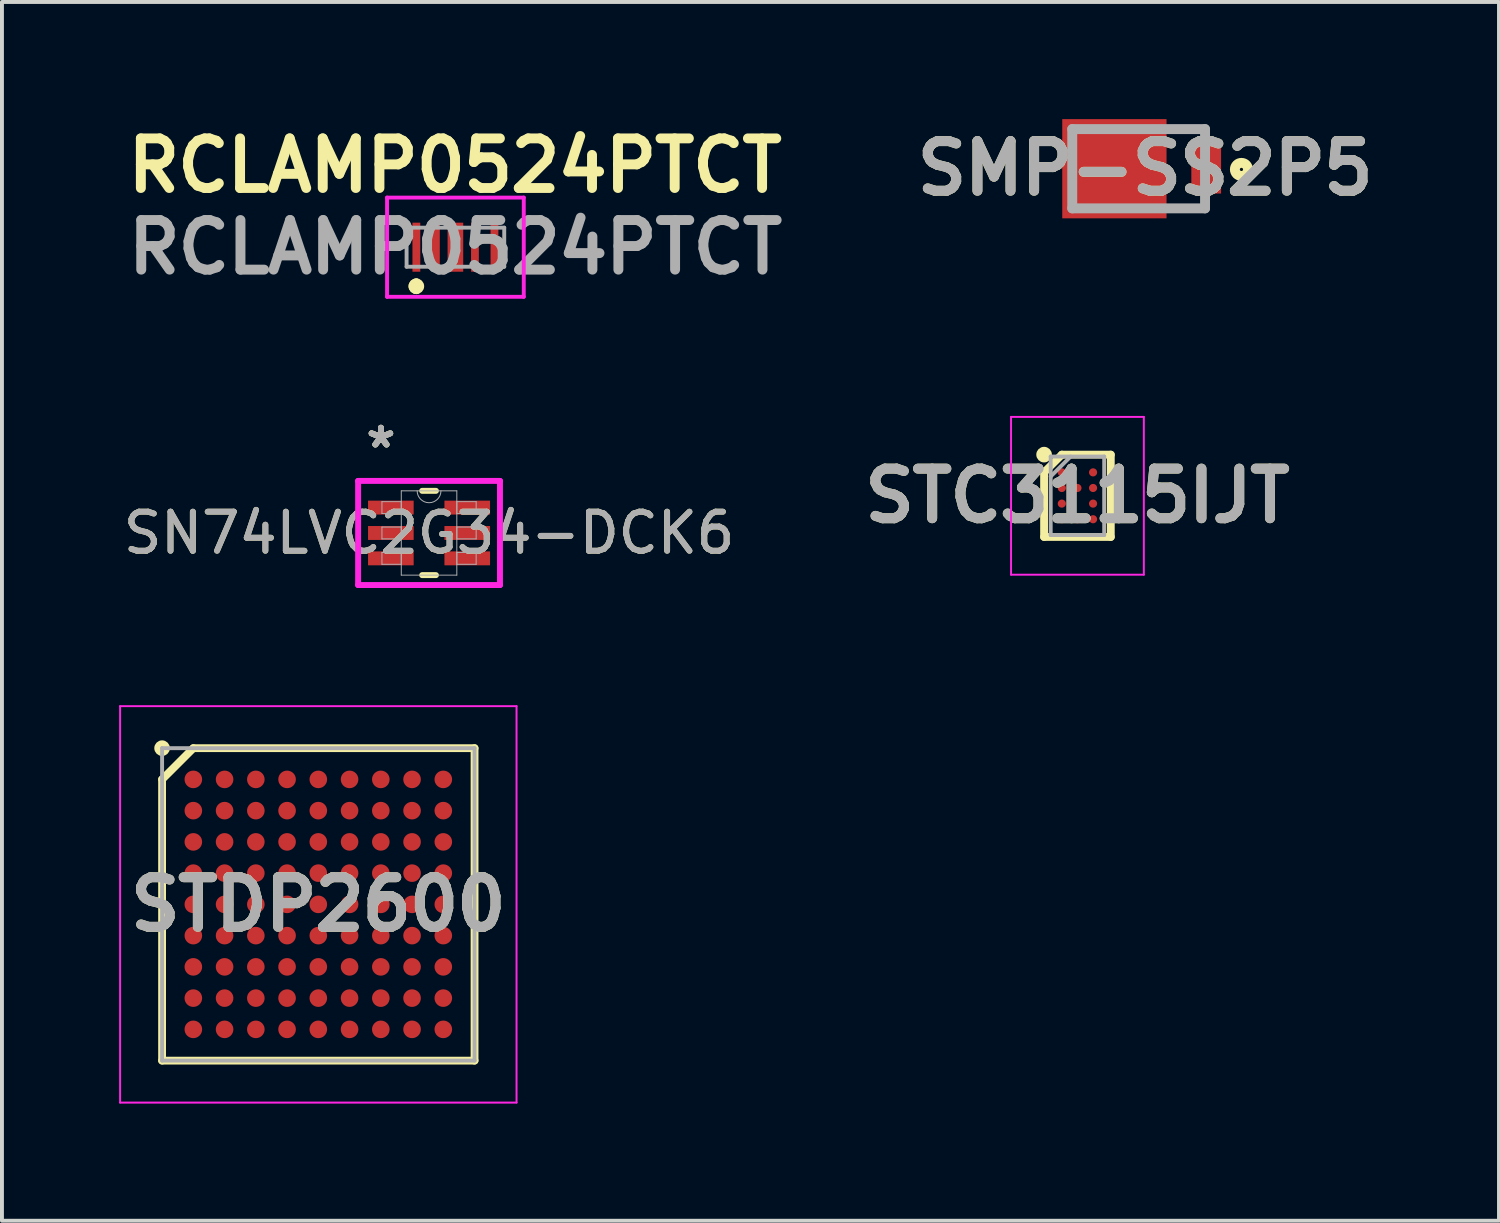
<source format=kicad_pcb>
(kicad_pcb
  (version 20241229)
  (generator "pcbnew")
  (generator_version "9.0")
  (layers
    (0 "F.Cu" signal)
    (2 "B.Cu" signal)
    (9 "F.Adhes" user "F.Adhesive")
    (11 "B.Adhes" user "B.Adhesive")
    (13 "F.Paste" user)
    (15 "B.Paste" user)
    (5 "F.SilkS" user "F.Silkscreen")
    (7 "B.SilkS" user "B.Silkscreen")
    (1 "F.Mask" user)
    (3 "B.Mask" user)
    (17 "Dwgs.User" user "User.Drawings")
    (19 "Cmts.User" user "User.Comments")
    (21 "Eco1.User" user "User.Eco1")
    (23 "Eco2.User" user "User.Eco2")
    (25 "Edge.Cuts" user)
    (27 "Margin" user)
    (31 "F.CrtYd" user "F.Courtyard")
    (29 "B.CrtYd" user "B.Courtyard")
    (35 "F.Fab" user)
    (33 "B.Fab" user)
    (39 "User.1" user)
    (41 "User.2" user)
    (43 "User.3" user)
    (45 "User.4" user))
  (footprint "RCLAMP0524PTCT"
    (layer "F.Cu")
    (at 8.61 3.279)
    (property "Reference" "RCLAMP0524PTCT" (at -0.01 -2.09 0) (layer "F.SilkS") (effects (font (size 1.27 1.27) (thickness 0.254))))
    (attr smd)
    (fp_arc (start -1 0.9) (mid -0.9 1) (end -1 1.1) (stroke (width 0.2) (type solid)) (layer "F.SilkS"))
    (fp_arc (start -1 1.1) (mid -1.1 1) (end -1 0.9) (stroke (width 0.2) (type solid)) (layer "F.SilkS"))
    (fp_arc (start -1 1.1) (mid -1.1 1) (end -1 0.9) (stroke (width 0.2) (type solid)) (layer "F.SilkS"))
    (fp_line (start -1.75 -1.27) (end 1.75 -1.27) (stroke (width 0.1) (type solid)) (layer "F.CrtYd"))
    (fp_line (start -1.75 1.27) (end -1.75 -1.27) (stroke (width 0.1) (type solid)) (layer "F.CrtYd"))
    (fp_line (start 1.75 -1.27) (end 1.75 1.27) (stroke (width 0.1) (type solid)) (layer "F.CrtYd"))
    (fp_line (start 1.75 1.27) (end -1.75 1.27) (stroke (width 0.1) (type solid)) (layer "F.CrtYd"))
    (fp_line (start -1.25 -0.5) (end -1.25 0.5) (stroke (width 0.1) (type solid)) (layer "F.Fab"))
    (fp_line (start -1.25 0.5) (end 1.25 0.5) (stroke (width 0.1) (type solid)) (layer "F.Fab"))
    (fp_line (start 1.25 -0.5) (end -1.25 -0.5) (stroke (width 0.1) (type solid)) (layer "F.Fab"))
    (fp_line (start 1.25 0.5) (end 1.25 -0.5) (stroke (width 0.1) (type solid)) (layer "F.Fab"))
    (fp_text user "${REFERENCE}" (at 0 0 0) (layer "F.Fab") (effects (font (size 1.27 1.27) (thickness 0.254))))
    (pad "1" smd rect (at -1 0) (size 0.2 1.256) (layers "F.Cu" "F.Mask" "F.Paste"))
    (pad "2" smd rect (at -0.5 0) (size 0.2 1.256) (layers "F.Cu" "F.Mask" "F.Paste"))
    (pad "3" smd rect (at 0 0) (size 0.4 1.256) (layers "F.Cu" "F.Mask" "F.Paste"))
    (pad "4" smd rect (at 0.5 0) (size 0.2 1.256) (layers "F.Cu" "F.Mask" "F.Paste"))
    (pad "5" smd rect (at 1 0) (size 0.2 1.256) (layers "F.Cu" "F.Mask" "F.Paste")))
  (footprint "STDP2600"
    (layer "F.Cu")
    (at 5.1 20.105)
    (property "Reference" "STDP2600" (at 0 0 0) (layer "F.SilkS") (effects (font (size 1.27 1.27) (thickness 0.254))))
    (attr smd)
    (fp_line (start -4 -3.2) (end -3.2 -4) (stroke (width 0.2) (type solid)) (layer "F.SilkS"))
    (fp_line (start -4 4) (end -4 -3.2) (stroke (width 0.2) (type solid)) (layer "F.SilkS"))
    (fp_line (start -3.2 -4) (end 4 -4) (stroke (width 0.2) (type solid)) (layer "F.SilkS"))
    (fp_line (start 4 -4) (end 4 4) (stroke (width 0.2) (type solid)) (layer "F.SilkS"))
    (fp_line (start 4 4) (end -4 4) (stroke (width 0.2) (type solid)) (layer "F.SilkS"))
    (fp_circle (center -4 -4) (end -4 -3.9) (stroke (width 0.2) (type solid)) (fill no) (layer "F.SilkS"))
    (fp_line (start -5.075 -5.075) (end 5.075 -5.075) (stroke (width 0.05) (type solid)) (layer "F.CrtYd"))
    (fp_line (start -5.075 5.075) (end -5.075 -5.075) (stroke (width 0.05) (type solid)) (layer "F.CrtYd"))
    (fp_line (start 5.075 -5.075) (end 5.075 5.075) (stroke (width 0.05) (type solid)) (layer "F.CrtYd"))
    (fp_line (start 5.075 5.075) (end -5.075 5.075) (stroke (width 0.05) (type solid)) (layer "F.CrtYd"))
    (fp_line (start -4 -4) (end 4 -4) (stroke (width 0.1) (type solid)) (layer "F.Fab"))
    (fp_line (start -4 4) (end -4 -4) (stroke (width 0.1) (type solid)) (layer "F.Fab"))
    (fp_line (start 4 -4) (end 4 4) (stroke (width 0.1) (type solid)) (layer "F.Fab"))
    (fp_line (start 4 4) (end -4 4) (stroke (width 0.1) (type solid)) (layer "F.Fab"))
    (fp_text user "${REFERENCE}" (at 0 0 0) (layer "F.Fab") (effects (font (size 1.27 1.27) (thickness 0.254))))
    (pad "A1" smd circle (at -3.2 -3.2 90) (size 0.45 0.45) (layers "F.Cu" "F.Mask" "F.Paste"))
    (pad "A2" smd circle (at -2.4 -3.2 90) (size 0.45 0.45) (layers "F.Cu" "F.Mask" "F.Paste"))
    (pad "A3" smd circle (at -1.6 -3.2 90) (size 0.45 0.45) (layers "F.Cu" "F.Mask" "F.Paste"))
    (pad "A4" smd circle (at -0.8 -3.2 90) (size 0.45 0.45) (layers "F.Cu" "F.Mask" "F.Paste"))
    (pad "A5" smd circle (at 0 -3.2 90) (size 0.45 0.45) (layers "F.Cu" "F.Mask" "F.Paste"))
    (pad "A6" smd circle (at 0.8 -3.2 90) (size 0.45 0.45) (layers "F.Cu" "F.Mask" "F.Paste"))
    (pad "A7" smd circle (at 1.6 -3.2 90) (size 0.45 0.45) (layers "F.Cu" "F.Mask" "F.Paste"))
    (pad "A8" smd circle (at 2.4 -3.2 90) (size 0.45 0.45) (layers "F.Cu" "F.Mask" "F.Paste"))
    (pad "A9" smd circle (at 3.2 -3.2 90) (size 0.45 0.45) (layers "F.Cu" "F.Mask" "F.Paste"))
    (pad "B1" smd circle (at -3.2 -2.4 90) (size 0.45 0.45) (layers "F.Cu" "F.Mask" "F.Paste"))
    (pad "B2" smd circle (at -2.4 -2.4 90) (size 0.45 0.45) (layers "F.Cu" "F.Mask" "F.Paste"))
    (pad "B3" smd circle (at -1.6 -2.4 90) (size 0.45 0.45) (layers "F.Cu" "F.Mask" "F.Paste"))
    (pad "B4" smd circle (at -0.8 -2.4 90) (size 0.45 0.45) (layers "F.Cu" "F.Mask" "F.Paste"))
    (pad "B5" smd circle (at 0 -2.4 90) (size 0.45 0.45) (layers "F.Cu" "F.Mask" "F.Paste"))
    (pad "B6" smd circle (at 0.8 -2.4 90) (size 0.45 0.45) (layers "F.Cu" "F.Mask" "F.Paste"))
    (pad "B7" smd circle (at 1.6 -2.4 90) (size 0.45 0.45) (layers "F.Cu" "F.Mask" "F.Paste"))
    (pad "B8" smd circle (at 2.4 -2.4 90) (size 0.45 0.45) (layers "F.Cu" "F.Mask" "F.Paste"))
    (pad "B9" smd circle (at 3.2 -2.4 90) (size 0.45 0.45) (layers "F.Cu" "F.Mask" "F.Paste"))
    (pad "C1" smd circle (at -3.2 -1.6 90) (size 0.45 0.45) (layers "F.Cu" "F.Mask" "F.Paste"))
    (pad "C2" smd circle (at -2.4 -1.6 90) (size 0.45 0.45) (layers "F.Cu" "F.Mask" "F.Paste"))
    (pad "C3" smd circle (at -1.6 -1.6 90) (size 0.45 0.45) (layers "F.Cu" "F.Mask" "F.Paste"))
    (pad "C4" smd circle (at -0.8 -1.6 90) (size 0.45 0.45) (layers "F.Cu" "F.Mask" "F.Paste"))
    (pad "C5" smd circle (at 0 -1.6 90) (size 0.45 0.45) (layers "F.Cu" "F.Mask" "F.Paste"))
    (pad "C6" smd circle (at 0.8 -1.6 90) (size 0.45 0.45) (layers "F.Cu" "F.Mask" "F.Paste"))
    (pad "C7" smd circle (at 1.6 -1.6 90) (size 0.45 0.45) (layers "F.Cu" "F.Mask" "F.Paste"))
    (pad "C8" smd circle (at 2.4 -1.6 90) (size 0.45 0.45) (layers "F.Cu" "F.Mask" "F.Paste"))
    (pad "C9" smd circle (at 3.2 -1.6 90) (size 0.45 0.45) (layers "F.Cu" "F.Mask" "F.Paste"))
    (pad "D1" smd circle (at -3.2 -0.8 90) (size 0.45 0.45) (layers "F.Cu" "F.Mask" "F.Paste"))
    (pad "D2" smd circle (at -2.4 -0.8 90) (size 0.45 0.45) (layers "F.Cu" "F.Mask" "F.Paste"))
    (pad "D3" smd circle (at -1.6 -0.8 90) (size 0.45 0.45) (layers "F.Cu" "F.Mask" "F.Paste"))
    (pad "D4" smd circle (at -0.8 -0.8 90) (size 0.45 0.45) (layers "F.Cu" "F.Mask" "F.Paste"))
    (pad "D5" smd circle (at 0 -0.8 90) (size 0.45 0.45) (layers "F.Cu" "F.Mask" "F.Paste"))
    (pad "D6" smd circle (at 0.8 -0.8 90) (size 0.45 0.45) (layers "F.Cu" "F.Mask" "F.Paste"))
    (pad "D7" smd circle (at 1.6 -0.8 90) (size 0.45 0.45) (layers "F.Cu" "F.Mask" "F.Paste"))
    (pad "D8" smd circle (at 2.4 -0.8 90) (size 0.45 0.45) (layers "F.Cu" "F.Mask" "F.Paste"))
    (pad "D9" smd circle (at 3.2 -0.8 90) (size 0.45 0.45) (layers "F.Cu" "F.Mask" "F.Paste"))
    (pad "E1" smd circle (at -3.2 0 90) (size 0.45 0.45) (layers "F.Cu" "F.Mask" "F.Paste"))
    (pad "E2" smd circle (at -2.4 0 90) (size 0.45 0.45) (layers "F.Cu" "F.Mask" "F.Paste"))
    (pad "E3" smd circle (at -1.6 0 90) (size 0.45 0.45) (layers "F.Cu" "F.Mask" "F.Paste"))
    (pad "E4" smd circle (at -0.8 0 90) (size 0.45 0.45) (layers "F.Cu" "F.Mask" "F.Paste"))
    (pad "E5" smd circle (at 0 0 90) (size 0.45 0.45) (layers "F.Cu" "F.Mask" "F.Paste"))
    (pad "E6" smd circle (at 0.8 0 90) (size 0.45 0.45) (layers "F.Cu" "F.Mask" "F.Paste"))
    (pad "E7" smd circle (at 1.6 0 90) (size 0.45 0.45) (layers "F.Cu" "F.Mask" "F.Paste"))
    (pad "E8" smd circle (at 2.4 0 90) (size 0.45 0.45) (layers "F.Cu" "F.Mask" "F.Paste"))
    (pad "E9" smd circle (at 3.2 0 90) (size 0.45 0.45) (layers "F.Cu" "F.Mask" "F.Paste"))
    (pad "F1" smd circle (at -3.2 0.8 90) (size 0.45 0.45) (layers "F.Cu" "F.Mask" "F.Paste"))
    (pad "F2" smd circle (at -2.4 0.8 90) (size 0.45 0.45) (layers "F.Cu" "F.Mask" "F.Paste"))
    (pad "F3" smd circle (at -1.6 0.8 90) (size 0.45 0.45) (layers "F.Cu" "F.Mask" "F.Paste"))
    (pad "F4" smd circle (at -0.8 0.8 90) (size 0.45 0.45) (layers "F.Cu" "F.Mask" "F.Paste"))
    (pad "F5" smd circle (at 0 0.8 90) (size 0.45 0.45) (layers "F.Cu" "F.Mask" "F.Paste"))
    (pad "F6" smd circle (at 0.8 0.8 90) (size 0.45 0.45) (layers "F.Cu" "F.Mask" "F.Paste"))
    (pad "F7" smd circle (at 1.6 0.8 90) (size 0.45 0.45) (layers "F.Cu" "F.Mask" "F.Paste"))
    (pad "F8" smd circle (at 2.4 0.8 90) (size 0.45 0.45) (layers "F.Cu" "F.Mask" "F.Paste"))
    (pad "F9" smd circle (at 3.2 0.8 90) (size 0.45 0.45) (layers "F.Cu" "F.Mask" "F.Paste"))
    (pad "G1" smd circle (at -3.2 1.6 90) (size 0.45 0.45) (layers "F.Cu" "F.Mask" "F.Paste"))
    (pad "G2" smd circle (at -2.4 1.6 90) (size 0.45 0.45) (layers "F.Cu" "F.Mask" "F.Paste"))
    (pad "G3" smd circle (at -1.6 1.6 90) (size 0.45 0.45) (layers "F.Cu" "F.Mask" "F.Paste"))
    (pad "G4" smd circle (at -0.8 1.6 90) (size 0.45 0.45) (layers "F.Cu" "F.Mask" "F.Paste"))
    (pad "G5" smd circle (at 0 1.6 90) (size 0.45 0.45) (layers "F.Cu" "F.Mask" "F.Paste"))
    (pad "G6" smd circle (at 0.8 1.6 90) (size 0.45 0.45) (layers "F.Cu" "F.Mask" "F.Paste"))
    (pad "G7" smd circle (at 1.6 1.6 90) (size 0.45 0.45) (layers "F.Cu" "F.Mask" "F.Paste"))
    (pad "G8" smd circle (at 2.4 1.6 90) (size 0.45 0.45) (layers "F.Cu" "F.Mask" "F.Paste"))
    (pad "G9" smd circle (at 3.2 1.6 90) (size 0.45 0.45) (layers "F.Cu" "F.Mask" "F.Paste"))
    (pad "H1" smd circle (at -3.2 2.4 90) (size 0.45 0.45) (layers "F.Cu" "F.Mask" "F.Paste"))
    (pad "H2" smd circle (at -2.4 2.4 90) (size 0.45 0.45) (layers "F.Cu" "F.Mask" "F.Paste"))
    (pad "H3" smd circle (at -1.6 2.4 90) (size 0.45 0.45) (layers "F.Cu" "F.Mask" "F.Paste"))
    (pad "H4" smd circle (at -0.8 2.4 90) (size 0.45 0.45) (layers "F.Cu" "F.Mask" "F.Paste"))
    (pad "H5" smd circle (at 0 2.4 90) (size 0.45 0.45) (layers "F.Cu" "F.Mask" "F.Paste"))
    (pad "H6" smd circle (at 0.8 2.4 90) (size 0.45 0.45) (layers "F.Cu" "F.Mask" "F.Paste"))
    (pad "H7" smd circle (at 1.6 2.4 90) (size 0.45 0.45) (layers "F.Cu" "F.Mask" "F.Paste"))
    (pad "H8" smd circle (at 2.4 2.4 90) (size 0.45 0.45) (layers "F.Cu" "F.Mask" "F.Paste"))
    (pad "H9" smd circle (at 3.2 2.4 90) (size 0.45 0.45) (layers "F.Cu" "F.Mask" "F.Paste"))
    (pad "J1" smd circle (at -3.2 3.2 90) (size 0.45 0.45) (layers "F.Cu" "F.Mask" "F.Paste"))
    (pad "J2" smd circle (at -2.4 3.2 90) (size 0.45 0.45) (layers "F.Cu" "F.Mask" "F.Paste"))
    (pad "J3" smd circle (at -1.6 3.2 90) (size 0.45 0.45) (layers "F.Cu" "F.Mask" "F.Paste"))
    (pad "J4" smd circle (at -0.8 3.2 90) (size 0.45 0.45) (layers "F.Cu" "F.Mask" "F.Paste"))
    (pad "J5" smd circle (at 0 3.2 90) (size 0.45 0.45) (layers "F.Cu" "F.Mask" "F.Paste"))
    (pad "J6" smd circle (at 0.8 3.2 90) (size 0.45 0.45) (layers "F.Cu" "F.Mask" "F.Paste"))
    (pad "J7" smd circle (at 1.6 3.2 90) (size 0.45 0.45) (layers "F.Cu" "F.Mask" "F.Paste"))
    (pad "J8" smd circle (at 2.4 3.2 90) (size 0.45 0.45) (layers "F.Cu" "F.Mask" "F.Paste"))
    (pad "J9" smd circle (at 3.2 3.2 90) (size 0.45 0.45) (layers "F.Cu" "F.Mask" "F.Paste")))
  (footprint "SN74LVC2G34-DCK6"
    (layer "F.Cu")
    (at 7.935 10.596)
    (property "Reference" "SN74LVC2G34-DCK6" (at 0 0 0) (unlocked yes) (layer "F.SilkS") (effects (font (size 1 1) (thickness 0.15))))
    (attr smd)
    (fp_line (start -0.176 1.079) (end 0.176 1.079) (stroke (width 0.152) (type solid)) (layer "F.SilkS"))
    (fp_line (start 0.176 -1.079) (end -0.176 -1.079) (stroke (width 0.152) (type solid)) (layer "F.SilkS"))
    (fp_line (start -1.816 -1.333) (end 1.816 -1.333) (stroke (width 0.152) (type solid)) (layer "F.CrtYd"))
    (fp_line (start -1.816 1.333) (end -1.816 -1.333) (stroke (width 0.152) (type solid)) (layer "F.CrtYd"))
    (fp_line (start 1.816 -1.333) (end 1.816 1.333) (stroke (width 0.152) (type solid)) (layer "F.CrtYd"))
    (fp_line (start 1.816 1.333) (end -1.816 1.333) (stroke (width 0.152) (type solid)) (layer "F.CrtYd"))
    (fp_line (start -1.206 -0.802) (end -1.206 -0.498) (stroke (width 0.025) (type solid)) (layer "F.Fab"))
    (fp_line (start -1.206 -0.498) (end -0.711 -0.498) (stroke (width 0.025) (type solid)) (layer "F.Fab"))
    (fp_line (start -1.206 -0.152) (end -1.206 0.152) (stroke (width 0.025) (type solid)) (layer "F.Fab"))
    (fp_line (start -1.206 0.152) (end -0.711 0.152) (stroke (width 0.025) (type solid)) (layer "F.Fab"))
    (fp_line (start -1.206 0.498) (end -1.206 0.802) (stroke (width 0.025) (type solid)) (layer "F.Fab"))
    (fp_line (start -1.206 0.802) (end -0.711 0.802) (stroke (width 0.025) (type solid)) (layer "F.Fab"))
    (fp_line (start -0.711 -1.079) (end -0.711 1.079) (stroke (width 0.025) (type solid)) (layer "F.Fab"))
    (fp_line (start -0.711 -0.802) (end -1.206 -0.802) (stroke (width 0.025) (type solid)) (layer "F.Fab"))
    (fp_line (start -0.711 -0.498) (end -0.711 -0.802) (stroke (width 0.025) (type solid)) (layer "F.Fab"))
    (fp_line (start -0.711 -0.152) (end -1.206 -0.152) (stroke (width 0.025) (type solid)) (layer "F.Fab"))
    (fp_line (start -0.711 0.152) (end -0.711 -0.152) (stroke (width 0.025) (type solid)) (layer "F.Fab"))
    (fp_line (start -0.711 0.498) (end -1.206 0.498) (stroke (width 0.025) (type solid)) (layer "F.Fab"))
    (fp_line (start -0.711 0.802) (end -0.711 0.498) (stroke (width 0.025) (type solid)) (layer "F.Fab"))
    (fp_line (start -0.711 1.079) (end 0.711 1.079) (stroke (width 0.025) (type solid)) (layer "F.Fab"))
    (fp_line (start 0.711 -1.079) (end -0.711 -1.079) (stroke (width 0.025) (type solid)) (layer "F.Fab"))
    (fp_line (start 0.711 -0.802) (end 0.711 -0.498) (stroke (width 0.025) (type solid)) (layer "F.Fab"))
    (fp_line (start 0.711 -0.498) (end 1.206 -0.498) (stroke (width 0.025) (type solid)) (layer "F.Fab"))
    (fp_line (start 0.711 -0.152) (end 0.711 0.152) (stroke (width 0.025) (type solid)) (layer "F.Fab"))
    (fp_line (start 0.711 0.152) (end 1.206 0.152) (stroke (width 0.025) (type solid)) (layer "F.Fab"))
    (fp_line (start 0.711 0.498) (end 0.711 0.802) (stroke (width 0.025) (type solid)) (layer "F.Fab"))
    (fp_line (start 0.711 0.802) (end 1.206 0.802) (stroke (width 0.025) (type solid)) (layer "F.Fab"))
    (fp_line (start 0.711 1.079) (end 0.711 -1.079) (stroke (width 0.025) (type solid)) (layer "F.Fab"))
    (fp_line (start 1.206 -0.802) (end 0.711 -0.802) (stroke (width 0.025) (type solid)) (layer "F.Fab"))
    (fp_line (start 1.206 -0.498) (end 1.206 -0.802) (stroke (width 0.025) (type solid)) (layer "F.Fab"))
    (fp_line (start 1.206 -0.152) (end 0.711 -0.152) (stroke (width 0.025) (type solid)) (layer "F.Fab"))
    (fp_line (start 1.206 0.152) (end 1.206 -0.152) (stroke (width 0.025) (type solid)) (layer "F.Fab"))
    (fp_line (start 1.206 0.498) (end 0.711 0.498) (stroke (width 0.025) (type solid)) (layer "F.Fab"))
    (fp_line (start 1.206 0.802) (end 1.206 0.498) (stroke (width 0.025) (type solid)) (layer "F.Fab"))
    (fp_arc (start 0.3048 -1.0795) (mid 0 -0.7747) (end -0.3048 -1.0795) (stroke (width 0.0254) (type solid)) (layer "F.Fab"))
    (fp_text user "*" (at -1.232 -2.149 0) (layer "F.SilkS") (effects (font (size 1 1) (thickness 0.15))))
    (fp_text user "*" (at -1.232 -2.149 0) (unlocked yes) (layer "F.SilkS") (effects (font (size 1 1) (thickness 0.15))))
    (fp_text user "*" (at -1.232 -2.149 0) (unlocked yes) (layer "F.Fab") (effects (font (size 1 1) (thickness 0.15))))
    (fp_text user "*" (at -1.232 -2.149 0) (layer "F.Fab") (effects (font (size 1 1) (thickness 0.15))))
    (fp_text user "${REFERENCE}" (at 0 0 0) (unlocked yes) (layer "F.Fab") (effects (font (size 1 1) (thickness 0.15))))
    (pad "1" smd rect (at -0.978 -0.65) (size 1.168 0.356) (layers "F.Cu" "F.Mask" "F.Paste"))
    (pad "2" smd rect (at -0.978 0) (size 1.168 0.356) (layers "F.Cu" "F.Mask" "F.Paste"))
    (pad "3" smd rect (at -0.978 0.65) (size 1.168 0.356) (layers "F.Cu" "F.Mask" "F.Paste"))
    (pad "4" smd rect (at 0.978 0.65) (size 1.168 0.356) (layers "F.Cu" "F.Mask" "F.Paste"))
    (pad "5" smd rect (at 0.978 0) (size 1.168 0.356) (layers "F.Cu" "F.Mask" "F.Paste"))
    (pad "6" smd rect (at 0.978 -0.65) (size 1.168 0.356) (layers "F.Cu" "F.Mask" "F.Paste")))
  (footprint "SMP-SS2P5"
    (layer "F.Cu")
    (at 27.803 1.27)
    (property "Reference" "SMP-SS2P5" (at -1.534 -0.011 0) (layer "F.SilkS") (effects (font (size 1.27 1.27) (thickness 0.254))))
    (attr smd)
    (fp_circle (center 0.932 0.018) (end 0.932 0.059) (stroke (width 0.254) (type solid)) (fill no) (layer "F.SilkS"))
    (fp_line (start -3.4 -1.015) (end 0 -1.015) (stroke (width 0.254) (type solid)) (layer "F.Fab"))
    (fp_line (start -3.4 1.015) (end -3.4 -1.015) (stroke (width 0.254) (type solid)) (layer "F.Fab"))
    (fp_line (start 0 -1.015) (end 0 1.015) (stroke (width 0.254) (type solid)) (layer "F.Fab"))
    (fp_line (start 0 1.015) (end -3.4 1.015) (stroke (width 0.254) (type solid)) (layer "F.Fab"))
    (fp_text user "${REFERENCE}" (at -1.534 -0.011 0) (layer "F.Fab") (effects (font (size 1.27 1.27) (thickness 0.254))))
    (pad "1" smd rect (at 0.03 0) (size 0.762 1.27) (layers "F.Cu" "F.Mask" "F.Paste"))
    (pad "2" smd rect (at -2.321 0 90) (size 2.54 2.67) (layers "F.Cu" "F.Mask" "F.Paste")))
  (footprint "STC3115IJT"
    (layer "F.Cu")
    (at 24.536 9.644)
    (property "Reference" "STC3115IJT" (at 0 0 0) (layer "F.SilkS") (effects (font (size 1.27 1.27) (thickness 0.254))))
    (attr smd)
    (fp_line (start -0.854 -0.6) (end -0.4 -1.054) (stroke (width 0.2) (type solid)) (layer "F.SilkS"))
    (fp_line (start -0.854 1.054) (end -0.854 -0.6) (stroke (width 0.2) (type solid)) (layer "F.SilkS"))
    (fp_line (start -0.4 -1.054) (end 0.854 -1.054) (stroke (width 0.2) (type solid)) (layer "F.SilkS"))
    (fp_line (start 0.854 -1.054) (end 0.854 1.054) (stroke (width 0.2) (type solid)) (layer "F.SilkS"))
    (fp_line (start 0.854 1.054) (end -0.854 1.054) (stroke (width 0.2) (type solid)) (layer "F.SilkS"))
    (fp_circle (center -0.854 -1.054) (end -0.854 -0.954) (stroke (width 0.2) (type solid)) (fill no) (layer "F.SilkS"))
    (fp_line (start -1.7 -2.02) (end 1.7 -2.02) (stroke (width 0.05) (type solid)) (layer "F.CrtYd"))
    (fp_line (start -1.7 2.02) (end -1.7 -2.02) (stroke (width 0.05) (type solid)) (layer "F.CrtYd"))
    (fp_line (start 1.7 -2.02) (end 1.7 2.02) (stroke (width 0.05) (type solid)) (layer "F.CrtYd"))
    (fp_line (start 1.7 2.02) (end -1.7 2.02) (stroke (width 0.05) (type solid)) (layer "F.CrtYd"))
    (fp_line (start -0.685 -1.005) (end 0.685 -1.005) (stroke (width 0.1) (type solid)) (layer "F.Fab"))
    (fp_line (start -0.685 -0.495) (end -0.175 -1.005) (stroke (width 0.1) (type solid)) (layer "F.Fab"))
    (fp_line (start -0.685 1.005) (end -0.685 -1.005) (stroke (width 0.1) (type solid)) (layer "F.Fab"))
    (fp_line (start 0.685 -1.005) (end 0.685 1.005) (stroke (width 0.1) (type solid)) (layer "F.Fab"))
    (fp_line (start 0.685 1.005) (end -0.685 1.005) (stroke (width 0.1) (type solid)) (layer "F.Fab"))
    (fp_text user "${REFERENCE}" (at 0 0 0) (layer "F.Fab") (effects (font (size 1.27 1.27) (thickness 0.254))))
    (pad "A1" smd circle (at -0.4 -0.6 90) (size 0.208 0.208) (layers "F.Cu" "F.Mask" "F.Paste"))
    (pad "A3" smd circle (at 0.4 -0.6 90) (size 0.208 0.208) (layers "F.Cu" "F.Mask" "F.Paste"))
    (pad "B1" smd circle (at -0.4 -0.2 90) (size 0.208 0.208) (layers "F.Cu" "F.Mask" "F.Paste"))
    (pad "B2" smd circle (at 0 -0.2 90) (size 0.208 0.208) (layers "F.Cu" "F.Mask" "F.Paste"))
    (pad "B3" smd circle (at 0.4 -0.2 90) (size 0.208 0.208) (layers "F.Cu" "F.Mask" "F.Paste"))
    (pad "C1" smd circle (at -0.4 0.2 90) (size 0.208 0.208) (layers "F.Cu" "F.Mask" "F.Paste"))
    (pad "C3" smd circle (at 0.4 0.2 90) (size 0.208 0.208) (layers "F.Cu" "F.Mask" "F.Paste"))
    (pad "D1" smd circle (at -0.4 0.6 90) (size 0.208 0.208) (layers "F.Cu" "F.Mask" "F.Paste"))
    (pad "D2" smd circle (at 0 0.6 90) (size 0.208 0.208) (layers "F.Cu" "F.Mask" "F.Paste"))
    (pad "D3" smd circle (at 0.4 0.6 90) (size 0.208 0.208) (layers "F.Cu" "F.Mask" "F.Paste")))
  (gr_rect
    (start -3 -3)
    (end 35.329 28.205)
    (stroke (width 0.1) (type default))
    (fill no)
    (layer "Edge.Cuts")))
</source>
